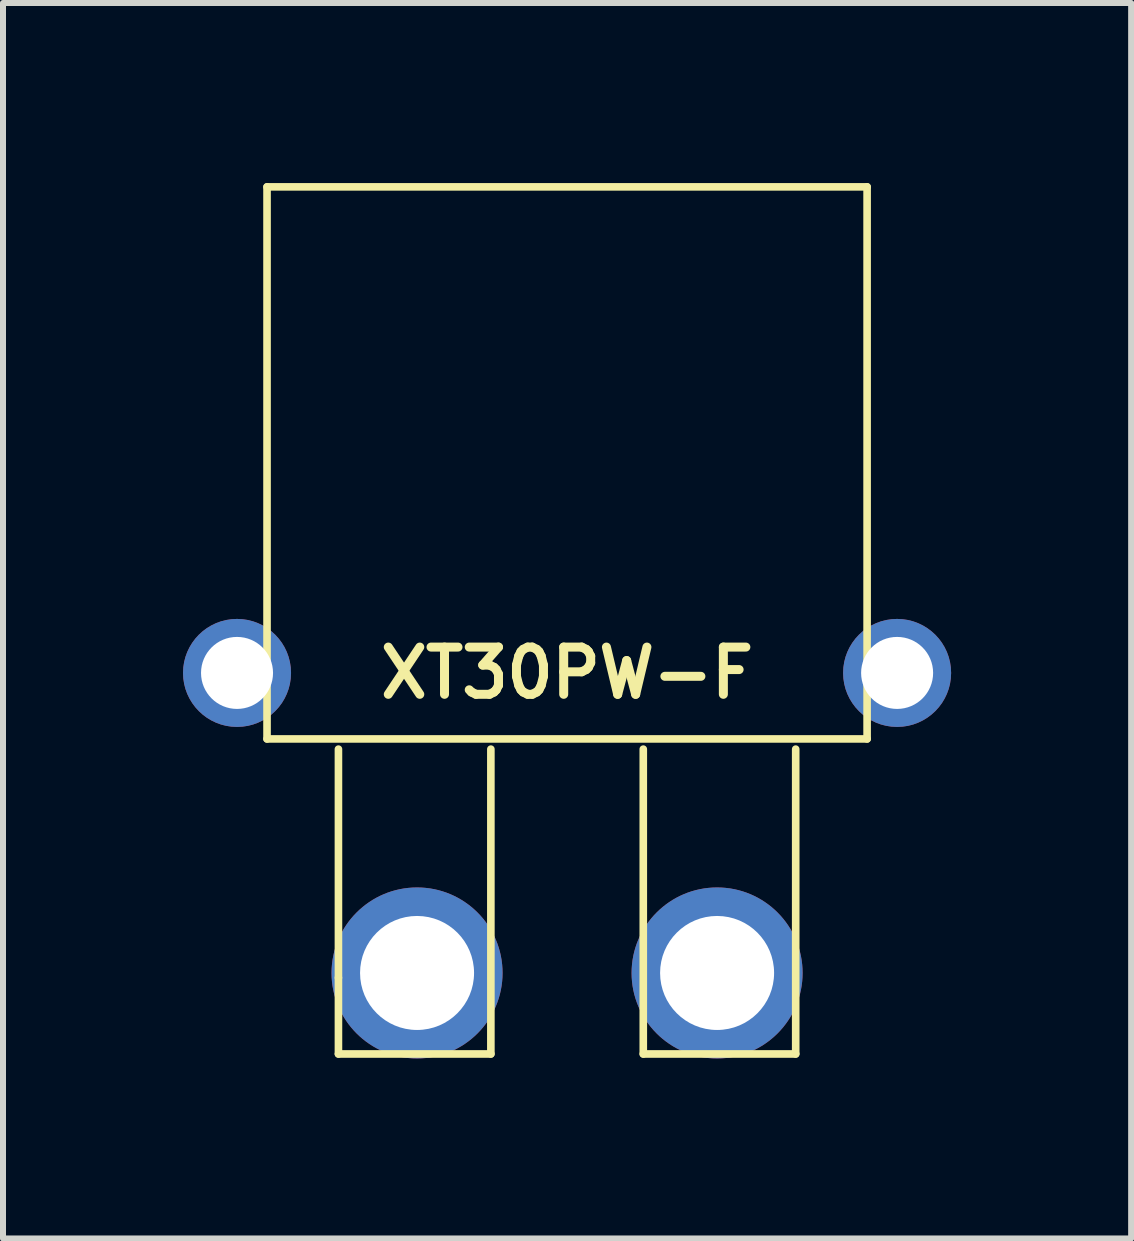
<source format=kicad_pcb>
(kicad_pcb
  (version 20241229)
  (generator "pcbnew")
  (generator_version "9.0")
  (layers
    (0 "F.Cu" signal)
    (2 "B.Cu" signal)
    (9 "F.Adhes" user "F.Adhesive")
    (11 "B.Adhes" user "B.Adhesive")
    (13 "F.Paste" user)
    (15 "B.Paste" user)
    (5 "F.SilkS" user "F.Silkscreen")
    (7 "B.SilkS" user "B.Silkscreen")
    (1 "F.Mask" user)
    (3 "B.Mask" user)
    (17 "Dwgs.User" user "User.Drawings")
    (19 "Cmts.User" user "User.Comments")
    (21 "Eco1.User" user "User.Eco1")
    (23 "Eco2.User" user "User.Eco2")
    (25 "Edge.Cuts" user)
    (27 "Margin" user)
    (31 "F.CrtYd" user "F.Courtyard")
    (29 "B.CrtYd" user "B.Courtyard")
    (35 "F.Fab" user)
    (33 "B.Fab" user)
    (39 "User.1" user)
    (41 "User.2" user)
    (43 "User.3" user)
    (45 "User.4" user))
  (footprint "XT30PW-F"
    (layer "F.Cu")
    (at 6.4 8.164)
    (property "Reference" "XT30PW-F" (at 0 0 0) (layer "F.SilkS") (effects (font (size 0.787 0.787) (thickness 0.15))))
    (attr through_hole)
    (fp_line (start -5 -8.1) (end 5 -8.1) (stroke (width 0.127) (type solid)) (layer "F.SilkS"))
    (fp_line (start -5 1.1) (end -5 -8.1) (stroke (width 0.127) (type solid)) (layer "F.SilkS"))
    (fp_line (start -3.81 1.27) (end -3.81 5.08) (stroke (width 0.127) (type solid)) (layer "F.SilkS"))
    (fp_line (start -3.81 5.08) (end -3.81 6.35) (stroke (width 0.127) (type solid)) (layer "F.SilkS"))
    (fp_line (start -3.81 6.35) (end -1.27 6.35) (stroke (width 0.127) (type solid)) (layer "F.SilkS"))
    (fp_line (start -1.27 6.35) (end -1.27 1.27) (stroke (width 0.127) (type solid)) (layer "F.SilkS"))
    (fp_line (start 1.27 1.27) (end 1.27 6.35) (stroke (width 0.127) (type solid)) (layer "F.SilkS"))
    (fp_line (start 1.27 6.35) (end 3.81 6.35) (stroke (width 0.127) (type solid)) (layer "F.SilkS"))
    (fp_line (start 3.81 6.35) (end 3.81 1.27) (stroke (width 0.127) (type solid)) (layer "F.SilkS"))
    (fp_line (start 5 -8.1) (end 5 1.1) (stroke (width 0.127) (type solid)) (layer "F.SilkS"))
    (fp_line (start 5 1.1) (end -5 1.1) (stroke (width 0.127) (type solid)) (layer "F.SilkS"))
    (pad "HOLD1" thru_hole circle (at -5.5 0) (size 1.8 1.8) (drill 1.2) (layers "*.Cu" "*.Mask"))
    (pad "HOLD2" thru_hole circle (at 5.5 0) (size 1.8 1.8) (drill 1.2) (layers "*.Cu" "*.Mask"))
    (pad "P1" thru_hole circle (at -2.5 5) (size 2.85 2.85) (drill 1.9) (layers "*.Cu" "*.Mask"))
    (pad "P2" thru_hole circle (at 2.5 5) (size 2.85 2.85) (drill 1.9) (layers "*.Cu" "*.Mask")))
  (gr_rect
    (start -3 -3)
    (end 15.8 17.588)
    (stroke (width 0.1) (type default))
    (fill no)
    (layer "Edge.Cuts")))
</source>
